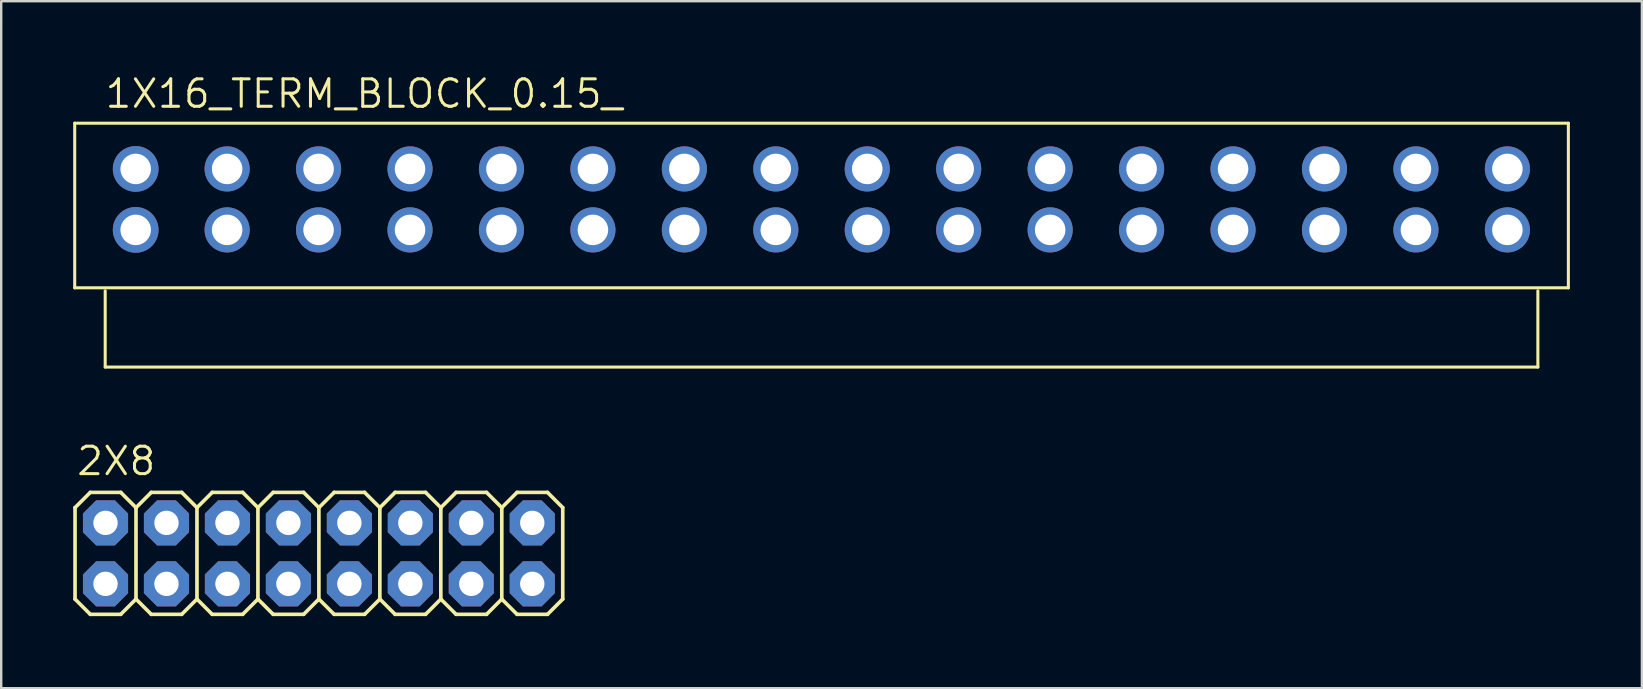
<source format=kicad_pcb>
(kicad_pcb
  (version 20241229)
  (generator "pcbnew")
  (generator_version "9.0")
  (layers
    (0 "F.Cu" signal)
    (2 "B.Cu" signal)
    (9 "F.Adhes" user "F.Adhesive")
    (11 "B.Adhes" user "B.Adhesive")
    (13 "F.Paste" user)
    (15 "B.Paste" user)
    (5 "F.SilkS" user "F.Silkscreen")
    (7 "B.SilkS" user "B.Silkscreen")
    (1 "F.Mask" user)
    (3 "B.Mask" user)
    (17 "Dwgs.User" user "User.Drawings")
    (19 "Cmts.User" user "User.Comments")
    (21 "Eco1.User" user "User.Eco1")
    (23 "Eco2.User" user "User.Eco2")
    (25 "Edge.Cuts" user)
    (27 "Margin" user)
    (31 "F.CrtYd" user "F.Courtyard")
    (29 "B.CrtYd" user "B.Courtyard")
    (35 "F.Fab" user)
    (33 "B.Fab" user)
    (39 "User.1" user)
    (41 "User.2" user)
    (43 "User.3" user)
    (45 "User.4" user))
  (footprint "1X16_TERM_BLOCK_0.15_"
    (layer "F.Cu")
    (at 2.603 3.988)
    (property "Reference" "1X16_TERM_BLOCK_0.15_" (at -1.346 -2.464 0) (unlocked yes) (layer "F.SilkS") (effects (font (size 1.143 1.143) (thickness 0.127)) (justify left bottom)))
    (fp_line (start -2.54 -1.905) (end 59.69 -1.905) (stroke (width 0.127) (type solid)) (layer "F.SilkS"))
    (fp_line (start -2.54 4.953) (end -2.54 -1.905) (stroke (width 0.127) (type solid)) (layer "F.SilkS"))
    (fp_line (start -1.27 5.08) (end -1.27 8.255) (stroke (width 0.127) (type solid)) (layer "F.SilkS"))
    (fp_line (start -1.27 8.255) (end 58.42 8.255) (stroke (width 0.127) (type solid)) (layer "F.SilkS"))
    (fp_line (start 58.42 8.255) (end 58.42 5.08) (stroke (width 0.127) (type solid)) (layer "F.SilkS"))
    (fp_line (start 59.69 -1.905) (end 59.69 4.953) (stroke (width 0.127) (type solid)) (layer "F.SilkS"))
    (fp_line (start 59.69 4.953) (end -2.54 4.953) (stroke (width 0.127) (type solid)) (layer "F.SilkS"))
    (fp_poly (pts (xy -0.254 0.254) (xy 0.254 0.254) (xy 0.254 -0.254) (xy -0.254 -0.254)) (stroke (width 0.1) (type default)) (fill no) (layer "F.Fab"))
    (fp_poly (pts (xy -0.254 2.794) (xy 0.254 2.794) (xy 0.254 2.286) (xy -0.254 2.286)) (stroke (width 0.1) (type default)) (fill no) (layer "F.Fab"))
    (fp_poly (pts (xy 3.556 0.254) (xy 4.064 0.254) (xy 4.064 -0.254) (xy 3.556 -0.254)) (stroke (width 0.1) (type default)) (fill no) (layer "F.Fab"))
    (fp_poly (pts (xy 3.556 2.794) (xy 4.064 2.794) (xy 4.064 2.286) (xy 3.556 2.286)) (stroke (width 0.1) (type default)) (fill no) (layer "F.Fab"))
    (fp_poly (pts (xy 7.366 0.254) (xy 7.874 0.254) (xy 7.874 -0.254) (xy 7.366 -0.254)) (stroke (width 0.1) (type default)) (fill no) (layer "F.Fab"))
    (fp_poly (pts (xy 7.366 2.794) (xy 7.874 2.794) (xy 7.874 2.286) (xy 7.366 2.286)) (stroke (width 0.1) (type default)) (fill no) (layer "F.Fab"))
    (fp_poly (pts (xy 11.176 0.254) (xy 11.684 0.254) (xy 11.684 -0.254) (xy 11.176 -0.254)) (stroke (width 0.1) (type default)) (fill no) (layer "F.Fab"))
    (fp_poly (pts (xy 11.176 2.794) (xy 11.684 2.794) (xy 11.684 2.286) (xy 11.176 2.286)) (stroke (width 0.1) (type default)) (fill no) (layer "F.Fab"))
    (fp_poly (pts (xy 14.986 0.254) (xy 15.494 0.254) (xy 15.494 -0.254) (xy 14.986 -0.254)) (stroke (width 0.1) (type default)) (fill no) (layer "F.Fab"))
    (fp_poly (pts (xy 14.986 2.794) (xy 15.494 2.794) (xy 15.494 2.286) (xy 14.986 2.286)) (stroke (width 0.1) (type default)) (fill no) (layer "F.Fab"))
    (fp_poly (pts (xy 18.796 0.254) (xy 19.304 0.254) (xy 19.304 -0.254) (xy 18.796 -0.254)) (stroke (width 0.1) (type default)) (fill no) (layer "F.Fab"))
    (fp_poly (pts (xy 18.796 2.794) (xy 19.304 2.794) (xy 19.304 2.286) (xy 18.796 2.286)) (stroke (width 0.1) (type default)) (fill no) (layer "F.Fab"))
    (fp_poly (pts (xy 22.606 0.254) (xy 23.114 0.254) (xy 23.114 -0.254) (xy 22.606 -0.254)) (stroke (width 0.1) (type default)) (fill no) (layer "F.Fab"))
    (fp_poly (pts (xy 22.606 2.794) (xy 23.114 2.794) (xy 23.114 2.286) (xy 22.606 2.286)) (stroke (width 0.1) (type default)) (fill no) (layer "F.Fab"))
    (fp_poly (pts (xy 26.416 0.254) (xy 26.924 0.254) (xy 26.924 -0.254) (xy 26.416 -0.254)) (stroke (width 0.1) (type default)) (fill no) (layer "F.Fab"))
    (fp_poly (pts (xy 26.416 2.794) (xy 26.924 2.794) (xy 26.924 2.286) (xy 26.416 2.286)) (stroke (width 0.1) (type default)) (fill no) (layer "F.Fab"))
    (fp_poly (pts (xy 30.226 0.254) (xy 30.734 0.254) (xy 30.734 -0.254) (xy 30.226 -0.254)) (stroke (width 0.1) (type default)) (fill no) (layer "F.Fab"))
    (fp_poly (pts (xy 30.226 2.794) (xy 30.734 2.794) (xy 30.734 2.286) (xy 30.226 2.286)) (stroke (width 0.1) (type default)) (fill no) (layer "F.Fab"))
    (fp_poly (pts (xy 34.036 0.254) (xy 34.544 0.254) (xy 34.544 -0.254) (xy 34.036 -0.254)) (stroke (width 0.1) (type default)) (fill no) (layer "F.Fab"))
    (fp_poly (pts (xy 34.036 2.794) (xy 34.544 2.794) (xy 34.544 2.286) (xy 34.036 2.286)) (stroke (width 0.1) (type default)) (fill no) (layer "F.Fab"))
    (fp_poly (pts (xy 37.846 0.254) (xy 38.354 0.254) (xy 38.354 -0.254) (xy 37.846 -0.254)) (stroke (width 0.1) (type default)) (fill no) (layer "F.Fab"))
    (fp_poly (pts (xy 37.846 2.794) (xy 38.354 2.794) (xy 38.354 2.286) (xy 37.846 2.286)) (stroke (width 0.1) (type default)) (fill no) (layer "F.Fab"))
    (fp_poly (pts (xy 41.656 0.254) (xy 42.164 0.254) (xy 42.164 -0.254) (xy 41.656 -0.254)) (stroke (width 0.1) (type default)) (fill no) (layer "F.Fab"))
    (fp_poly (pts (xy 41.656 2.794) (xy 42.164 2.794) (xy 42.164 2.286) (xy 41.656 2.286)) (stroke (width 0.1) (type default)) (fill no) (layer "F.Fab"))
    (fp_poly (pts (xy 45.466 0.254) (xy 45.974 0.254) (xy 45.974 -0.254) (xy 45.466 -0.254)) (stroke (width 0.1) (type default)) (fill no) (layer "F.Fab"))
    (fp_poly (pts (xy 45.466 2.794) (xy 45.974 2.794) (xy 45.974 2.286) (xy 45.466 2.286)) (stroke (width 0.1) (type default)) (fill no) (layer "F.Fab"))
    (fp_poly (pts (xy 49.276 0.254) (xy 49.784 0.254) (xy 49.784 -0.254) (xy 49.276 -0.254)) (stroke (width 0.1) (type default)) (fill no) (layer "F.Fab"))
    (fp_poly (pts (xy 49.276 2.794) (xy 49.784 2.794) (xy 49.784 2.286) (xy 49.276 2.286)) (stroke (width 0.1) (type default)) (fill no) (layer "F.Fab"))
    (fp_poly (pts (xy 53.086 0.254) (xy 53.594 0.254) (xy 53.594 -0.254) (xy 53.086 -0.254)) (stroke (width 0.1) (type default)) (fill no) (layer "F.Fab"))
    (fp_poly (pts (xy 53.086 2.794) (xy 53.594 2.794) (xy 53.594 2.286) (xy 53.086 2.286)) (stroke (width 0.1) (type default)) (fill no) (layer "F.Fab"))
    (fp_poly (pts (xy 56.896 0.254) (xy 57.404 0.254) (xy 57.404 -0.254) (xy 56.896 -0.254)) (stroke (width 0.1) (type default)) (fill no) (layer "F.Fab"))
    (fp_poly (pts (xy 56.896 2.794) (xy 57.404 2.794) (xy 57.404 2.286) (xy 56.896 2.286)) (stroke (width 0.1) (type default)) (fill no) (layer "F.Fab"))
    (pad "1" thru_hole circle (at 0 0 90) (size 1.905 1.905) (drill 1.27) (layers "*.Cu" "*.Mask"))
    (pad "2" thru_hole circle (at 3.81 0 90) (size 1.88 1.88) (drill 1.27) (layers "*.Cu" "*.Mask"))
    (pad "3" thru_hole circle (at 7.62 0 180) (size 1.88 1.88) (drill 1.27) (layers "*.Cu" "*.Mask"))
    (pad "4" thru_hole circle (at 11.43 0 90) (size 1.88 1.88) (drill 1.27) (layers "*.Cu" "*.Mask"))
    (pad "5" thru_hole circle (at 15.24 0 90) (size 1.88 1.88) (drill 1.27) (layers "*.Cu" "*.Mask"))
    (pad "6" thru_hole circle (at 19.05 0 90) (size 1.88 1.88) (drill 1.27) (layers "*.Cu" "*.Mask"))
    (pad "7" thru_hole circle (at 22.86 0 90) (size 1.88 1.88) (drill 1.27) (layers "*.Cu" "*.Mask"))
    (pad "8" thru_hole circle (at 26.67 0 90) (size 1.88 1.88) (drill 1.27) (layers "*.Cu" "*.Mask"))
    (pad "9" thru_hole circle (at 30.48 0 90) (size 1.88 1.88) (drill 1.27) (layers "*.Cu" "*.Mask"))
    (pad "10" thru_hole circle (at 34.29 0 90) (size 1.88 1.88) (drill 1.27) (layers "*.Cu" "*.Mask"))
    (pad "11" thru_hole circle (at 38.1 0 90) (size 1.88 1.88) (drill 1.27) (layers "*.Cu" "*.Mask"))
    (pad "12" thru_hole circle (at 41.91 0 90) (size 1.88 1.88) (drill 1.27) (layers "*.Cu" "*.Mask"))
    (pad "13" thru_hole circle (at 45.72 0 90) (size 1.88 1.88) (drill 1.27) (layers "*.Cu" "*.Mask"))
    (pad "14" thru_hole circle (at 49.53 0 90) (size 1.88 1.88) (drill 1.27) (layers "*.Cu" "*.Mask"))
    (pad "15" thru_hole circle (at 53.34 0 90) (size 1.88 1.88) (drill 1.27) (layers "*.Cu" "*.Mask"))
    (pad "16" thru_hole circle (at 57.15 0 90) (size 1.88 1.88) (drill 1.27) (layers "*.Cu" "*.Mask"))
    (pad "17" thru_hole circle (at 0 2.54 90) (size 1.905 1.905) (drill 1.27) (layers "*.Cu" "*.Mask"))
    (pad "18" thru_hole circle (at 3.81 2.54 90) (size 1.88 1.88) (drill 1.27) (layers "*.Cu" "*.Mask"))
    (pad "19" thru_hole circle (at 7.62 2.54 180) (size 1.88 1.88) (drill 1.27) (layers "*.Cu" "*.Mask"))
    (pad "20" thru_hole circle (at 11.43 2.54 90) (size 1.88 1.88) (drill 1.27) (layers "*.Cu" "*.Mask"))
    (pad "21" thru_hole circle (at 15.24 2.54 90) (size 1.88 1.88) (drill 1.27) (layers "*.Cu" "*.Mask"))
    (pad "22" thru_hole circle (at 19.05 2.54 90) (size 1.88 1.88) (drill 1.27) (layers "*.Cu" "*.Mask"))
    (pad "23" thru_hole circle (at 22.86 2.54 90) (size 1.88 1.88) (drill 1.27) (layers "*.Cu" "*.Mask"))
    (pad "24" thru_hole circle (at 26.67 2.54 90) (size 1.88 1.88) (drill 1.27) (layers "*.Cu" "*.Mask"))
    (pad "25" thru_hole circle (at 30.48 2.54 90) (size 1.88 1.88) (drill 1.27) (layers "*.Cu" "*.Mask"))
    (pad "26" thru_hole circle (at 34.29 2.54 90) (size 1.88 1.88) (drill 1.27) (layers "*.Cu" "*.Mask"))
    (pad "27" thru_hole circle (at 38.1 2.54 90) (size 1.88 1.88) (drill 1.27) (layers "*.Cu" "*.Mask"))
    (pad "28" thru_hole circle (at 41.91 2.54 90) (size 1.88 1.88) (drill 1.27) (layers "*.Cu" "*.Mask"))
    (pad "29" thru_hole circle (at 45.72 2.54 90) (size 1.88 1.88) (drill 1.27) (layers "*.Cu" "*.Mask"))
    (pad "30" thru_hole circle (at 49.53 2.54 90) (size 1.88 1.88) (drill 1.27) (layers "*.Cu" "*.Mask"))
    (pad "31" thru_hole circle (at 53.34 2.54 90) (size 1.88 1.88) (drill 1.27) (layers "*.Cu" "*.Mask"))
    (pad "32" thru_hole circle (at 57.15 2.54 90) (size 1.88 1.88) (drill 1.27) (layers "*.Cu" "*.Mask")))
  (footprint "2X8"
    (layer "F.Cu")
    (at 1.346 21.275)
    (property "Reference" "2X8" (at -1.27 -4.445 0) (unlocked yes) (layer "F.SilkS") (effects (font (size 1.143 1.143) (thickness 0.127)) (justify left bottom)))
    (fp_line (start -1.27 -3.175) (end -0.635 -3.81) (stroke (width 0.152) (type solid)) (layer "F.SilkS"))
    (fp_line (start -1.27 0.635) (end -1.27 -3.175) (stroke (width 0.152) (type solid)) (layer "F.SilkS"))
    (fp_line (start -1.27 0.635) (end -0.635 1.27) (stroke (width 0.152) (type solid)) (layer "F.SilkS"))
    (fp_line (start -0.635 -3.81) (end 0.635 -3.81) (stroke (width 0.152) (type solid)) (layer "F.SilkS"))
    (fp_line (start -0.635 1.27) (end 0.635 1.27) (stroke (width 0.152) (type solid)) (layer "F.SilkS"))
    (fp_line (start 0.635 -3.81) (end 1.27 -3.175) (stroke (width 0.152) (type solid)) (layer "F.SilkS"))
    (fp_line (start 0.635 1.27) (end 1.27 0.635) (stroke (width 0.152) (type solid)) (layer "F.SilkS"))
    (fp_line (start 1.27 -3.175) (end 1.27 0.635) (stroke (width 0.152) (type solid)) (layer "F.SilkS"))
    (fp_line (start 1.27 -3.175) (end 1.905 -3.81) (stroke (width 0.152) (type solid)) (layer "F.SilkS"))
    (fp_line (start 1.27 0.635) (end 1.905 1.27) (stroke (width 0.152) (type solid)) (layer "F.SilkS"))
    (fp_line (start 1.905 -3.81) (end 3.175 -3.81) (stroke (width 0.152) (type solid)) (layer "F.SilkS"))
    (fp_line (start 1.905 1.27) (end 3.175 1.27) (stroke (width 0.152) (type solid)) (layer "F.SilkS"))
    (fp_line (start 3.175 -3.81) (end 3.81 -3.175) (stroke (width 0.152) (type solid)) (layer "F.SilkS"))
    (fp_line (start 3.175 1.27) (end 3.81 0.635) (stroke (width 0.152) (type solid)) (layer "F.SilkS"))
    (fp_line (start 3.81 -3.175) (end 3.81 0.635) (stroke (width 0.152) (type solid)) (layer "F.SilkS"))
    (fp_line (start 3.81 -3.175) (end 4.445 -3.81) (stroke (width 0.152) (type solid)) (layer "F.SilkS"))
    (fp_line (start 3.81 0.635) (end 4.445 1.27) (stroke (width 0.152) (type solid)) (layer "F.SilkS"))
    (fp_line (start 4.445 -3.81) (end 5.715 -3.81) (stroke (width 0.152) (type solid)) (layer "F.SilkS"))
    (fp_line (start 4.445 1.27) (end 5.715 1.27) (stroke (width 0.152) (type solid)) (layer "F.SilkS"))
    (fp_line (start 5.715 -3.81) (end 6.35 -3.175) (stroke (width 0.152) (type solid)) (layer "F.SilkS"))
    (fp_line (start 5.715 1.27) (end 6.35 0.635) (stroke (width 0.152) (type solid)) (layer "F.SilkS"))
    (fp_line (start 6.35 -3.175) (end 6.35 0.635) (stroke (width 0.152) (type solid)) (layer "F.SilkS"))
    (fp_line (start 6.35 -3.175) (end 6.985 -3.81) (stroke (width 0.152) (type solid)) (layer "F.SilkS"))
    (fp_line (start 6.35 0.635) (end 6.985 1.27) (stroke (width 0.152) (type solid)) (layer "F.SilkS"))
    (fp_line (start 6.985 -3.81) (end 8.255 -3.81) (stroke (width 0.152) (type solid)) (layer "F.SilkS"))
    (fp_line (start 6.985 1.27) (end 8.255 1.27) (stroke (width 0.152) (type solid)) (layer "F.SilkS"))
    (fp_line (start 8.255 -3.81) (end 8.89 -3.175) (stroke (width 0.152) (type solid)) (layer "F.SilkS"))
    (fp_line (start 8.255 1.27) (end 8.89 0.635) (stroke (width 0.152) (type solid)) (layer "F.SilkS"))
    (fp_line (start 8.89 -3.175) (end 8.89 0.635) (stroke (width 0.152) (type solid)) (layer "F.SilkS"))
    (fp_line (start 8.89 -3.175) (end 9.525 -3.81) (stroke (width 0.152) (type solid)) (layer "F.SilkS"))
    (fp_line (start 8.89 0.635) (end 9.525 1.27) (stroke (width 0.152) (type solid)) (layer "F.SilkS"))
    (fp_line (start 9.525 -3.81) (end 10.795 -3.81) (stroke (width 0.152) (type solid)) (layer "F.SilkS"))
    (fp_line (start 9.525 1.27) (end 10.795 1.27) (stroke (width 0.152) (type solid)) (layer "F.SilkS"))
    (fp_line (start 10.795 -3.81) (end 11.43 -3.175) (stroke (width 0.152) (type solid)) (layer "F.SilkS"))
    (fp_line (start 10.795 1.27) (end 11.43 0.635) (stroke (width 0.152) (type solid)) (layer "F.SilkS"))
    (fp_line (start 11.43 -3.175) (end 11.43 0.635) (stroke (width 0.152) (type solid)) (layer "F.SilkS"))
    (fp_line (start 11.43 -3.175) (end 12.065 -3.81) (stroke (width 0.152) (type solid)) (layer "F.SilkS"))
    (fp_line (start 11.43 0.635) (end 12.065 1.27) (stroke (width 0.152) (type solid)) (layer "F.SilkS"))
    (fp_line (start 12.065 -3.81) (end 13.335 -3.81) (stroke (width 0.152) (type solid)) (layer "F.SilkS"))
    (fp_line (start 12.065 1.27) (end 13.335 1.27) (stroke (width 0.152) (type solid)) (layer "F.SilkS"))
    (fp_line (start 13.335 -3.81) (end 13.97 -3.175) (stroke (width 0.152) (type solid)) (layer "F.SilkS"))
    (fp_line (start 13.335 1.27) (end 13.97 0.635) (stroke (width 0.152) (type solid)) (layer "F.SilkS"))
    (fp_line (start 13.97 -3.175) (end 13.97 0.635) (stroke (width 0.152) (type solid)) (layer "F.SilkS"))
    (fp_line (start 13.97 -3.175) (end 14.605 -3.81) (stroke (width 0.152) (type solid)) (layer "F.SilkS"))
    (fp_line (start 13.97 0.635) (end 14.605 1.27) (stroke (width 0.152) (type solid)) (layer "F.SilkS"))
    (fp_line (start 14.605 -3.81) (end 15.875 -3.81) (stroke (width 0.152) (type solid)) (layer "F.SilkS"))
    (fp_line (start 14.605 1.27) (end 15.875 1.27) (stroke (width 0.152) (type solid)) (layer "F.SilkS"))
    (fp_line (start 15.875 -3.81) (end 16.51 -3.175) (stroke (width 0.152) (type solid)) (layer "F.SilkS"))
    (fp_line (start 16.51 -3.175) (end 16.51 0.635) (stroke (width 0.152) (type solid)) (layer "F.SilkS"))
    (fp_line (start 16.51 -3.175) (end 17.145 -3.81) (stroke (width 0.152) (type solid)) (layer "F.SilkS"))
    (fp_line (start 16.51 0.635) (end 15.875 1.27) (stroke (width 0.152) (type solid)) (layer "F.SilkS"))
    (fp_line (start 16.51 0.635) (end 17.145 1.27) (stroke (width 0.152) (type solid)) (layer "F.SilkS"))
    (fp_line (start 17.145 -3.81) (end 18.415 -3.81) (stroke (width 0.152) (type solid)) (layer "F.SilkS"))
    (fp_line (start 17.145 1.27) (end 18.415 1.27) (stroke (width 0.152) (type solid)) (layer "F.SilkS"))
    (fp_line (start 18.415 -3.81) (end 19.05 -3.175) (stroke (width 0.152) (type solid)) (layer "F.SilkS"))
    (fp_line (start 19.05 -3.175) (end 19.05 0.635) (stroke (width 0.152) (type solid)) (layer "F.SilkS"))
    (fp_line (start 19.05 0.635) (end 18.415 1.27) (stroke (width 0.152) (type solid)) (layer "F.SilkS"))
    (fp_poly (pts (xy -0.254 -2.286) (xy 0.254 -2.286) (xy 0.254 -2.794) (xy -0.254 -2.794)) (stroke (width 0.1) (type default)) (fill no) (layer "F.Fab"))
    (fp_poly (pts (xy -0.254 0.254) (xy 0.254 0.254) (xy 0.254 -0.254) (xy -0.254 -0.254)) (stroke (width 0.1) (type default)) (fill no) (layer "F.Fab"))
    (fp_poly (pts (xy 2.286 -2.286) (xy 2.794 -2.286) (xy 2.794 -2.794) (xy 2.286 -2.794)) (stroke (width 0.1) (type default)) (fill no) (layer "F.Fab"))
    (fp_poly (pts (xy 2.286 0.254) (xy 2.794 0.254) (xy 2.794 -0.254) (xy 2.286 -0.254)) (stroke (width 0.1) (type default)) (fill no) (layer "F.Fab"))
    (fp_poly (pts (xy 4.826 -2.286) (xy 5.334 -2.286) (xy 5.334 -2.794) (xy 4.826 -2.794)) (stroke (width 0.1) (type default)) (fill no) (layer "F.Fab"))
    (fp_poly (pts (xy 4.826 0.254) (xy 5.334 0.254) (xy 5.334 -0.254) (xy 4.826 -0.254)) (stroke (width 0.1) (type default)) (fill no) (layer "F.Fab"))
    (fp_poly (pts (xy 7.366 -2.286) (xy 7.874 -2.286) (xy 7.874 -2.794) (xy 7.366 -2.794)) (stroke (width 0.1) (type default)) (fill no) (layer "F.Fab"))
    (fp_poly (pts (xy 7.366 0.254) (xy 7.874 0.254) (xy 7.874 -0.254) (xy 7.366 -0.254)) (stroke (width 0.1) (type default)) (fill no) (layer "F.Fab"))
    (fp_poly (pts (xy 9.906 -2.286) (xy 10.414 -2.286) (xy 10.414 -2.794) (xy 9.906 -2.794)) (stroke (width 0.1) (type default)) (fill no) (layer "F.Fab"))
    (fp_poly (pts (xy 9.906 0.254) (xy 10.414 0.254) (xy 10.414 -0.254) (xy 9.906 -0.254)) (stroke (width 0.1) (type default)) (fill no) (layer "F.Fab"))
    (fp_poly (pts (xy 12.446 -2.286) (xy 12.954 -2.286) (xy 12.954 -2.794) (xy 12.446 -2.794)) (stroke (width 0.1) (type default)) (fill no) (layer "F.Fab"))
    (fp_poly (pts (xy 12.446 0.254) (xy 12.954 0.254) (xy 12.954 -0.254) (xy 12.446 -0.254)) (stroke (width 0.1) (type default)) (fill no) (layer "F.Fab"))
    (fp_poly (pts (xy 14.986 -2.286) (xy 15.494 -2.286) (xy 15.494 -2.794) (xy 14.986 -2.794)) (stroke (width 0.1) (type default)) (fill no) (layer "F.Fab"))
    (fp_poly (pts (xy 14.986 0.254) (xy 15.494 0.254) (xy 15.494 -0.254) (xy 14.986 -0.254)) (stroke (width 0.1) (type default)) (fill no) (layer "F.Fab"))
    (fp_poly (pts (xy 17.526 -2.286) (xy 18.034 -2.286) (xy 18.034 -2.794) (xy 17.526 -2.794)) (stroke (width 0.1) (type default)) (fill no) (layer "F.Fab"))
    (fp_poly (pts (xy 17.526 0.254) (xy 18.034 0.254) (xy 18.034 -0.254) (xy 17.526 -0.254)) (stroke (width 0.1) (type default)) (fill no) (layer "F.Fab"))
    (pad "1" thru_hole roundrect (at 0 0) (size 1.88 1.88) (drill 1.016) (layers "*.Cu" "*.Mask") (roundrect_rratio 0.25) (chamfer_ratio 0.293) (chamfer top_left top_right bottom_left bottom_right))
    (pad "2" thru_hole roundrect (at 0 -2.54) (size 1.88 1.88) (drill 1.016) (layers "*.Cu" "*.Mask") (roundrect_rratio 0.25) (chamfer_ratio 0.293) (chamfer top_left top_right bottom_left bottom_right))
    (pad "3" thru_hole roundrect (at 2.54 0) (size 1.88 1.88) (drill 1.016) (layers "*.Cu" "*.Mask") (roundrect_rratio 0.25) (chamfer_ratio 0.293) (chamfer top_left top_right bottom_left bottom_right))
    (pad "4" thru_hole roundrect (at 2.54 -2.54) (size 1.88 1.88) (drill 1.016) (layers "*.Cu" "*.Mask") (roundrect_rratio 0.25) (chamfer_ratio 0.293) (chamfer top_left top_right bottom_left bottom_right))
    (pad "5" thru_hole roundrect (at 5.08 0) (size 1.88 1.88) (drill 1.016) (layers "*.Cu" "*.Mask") (roundrect_rratio 0.25) (chamfer_ratio 0.293) (chamfer top_left top_right bottom_left bottom_right))
    (pad "6" thru_hole roundrect (at 5.08 -2.54) (size 1.88 1.88) (drill 1.016) (layers "*.Cu" "*.Mask") (roundrect_rratio 0.25) (chamfer_ratio 0.293) (chamfer top_left top_right bottom_left bottom_right))
    (pad "7" thru_hole roundrect (at 7.62 0) (size 1.88 1.88) (drill 1.016) (layers "*.Cu" "*.Mask") (roundrect_rratio 0.25) (chamfer_ratio 0.293) (chamfer top_left top_right bottom_left bottom_right))
    (pad "8" thru_hole roundrect (at 7.62 -2.54) (size 1.88 1.88) (drill 1.016) (layers "*.Cu" "*.Mask") (roundrect_rratio 0.25) (chamfer_ratio 0.293) (chamfer top_left top_right bottom_left bottom_right))
    (pad "9" thru_hole roundrect (at 10.16 0) (size 1.88 1.88) (drill 1.016) (layers "*.Cu" "*.Mask") (roundrect_rratio 0.25) (chamfer_ratio 0.293) (chamfer top_left top_right bottom_left bottom_right))
    (pad "10" thru_hole roundrect (at 10.16 -2.54) (size 1.88 1.88) (drill 1.016) (layers "*.Cu" "*.Mask") (roundrect_rratio 0.25) (chamfer_ratio 0.293) (chamfer top_left top_right bottom_left bottom_right))
    (pad "11" thru_hole roundrect (at 12.7 0) (size 1.88 1.88) (drill 1.016) (layers "*.Cu" "*.Mask") (roundrect_rratio 0.25) (chamfer_ratio 0.293) (chamfer top_left top_right bottom_left bottom_right))
    (pad "12" thru_hole roundrect (at 12.7 -2.54) (size 1.88 1.88) (drill 1.016) (layers "*.Cu" "*.Mask") (roundrect_rratio 0.25) (chamfer_ratio 0.293) (chamfer top_left top_right bottom_left bottom_right))
    (pad "13" thru_hole roundrect (at 15.24 0) (size 1.88 1.88) (drill 1.016) (layers "*.Cu" "*.Mask") (roundrect_rratio 0.25) (chamfer_ratio 0.293) (chamfer top_left top_right bottom_left bottom_right))
    (pad "14" thru_hole roundrect (at 15.24 -2.54) (size 1.88 1.88) (drill 1.016) (layers "*.Cu" "*.Mask") (roundrect_rratio 0.25) (chamfer_ratio 0.293) (chamfer top_left top_right bottom_left bottom_right))
    (pad "15" thru_hole roundrect (at 17.78 0) (size 1.88 1.88) (drill 1.016) (layers "*.Cu" "*.Mask") (roundrect_rratio 0.25) (chamfer_ratio 0.293) (chamfer top_left top_right bottom_left bottom_right))
    (pad "16" thru_hole roundrect (at 17.78 -2.54) (size 1.88 1.88) (drill 1.016) (layers "*.Cu" "*.Mask") (roundrect_rratio 0.25) (chamfer_ratio 0.293) (chamfer top_left top_right bottom_left bottom_right)))
  (gr_rect
    (start -3 -3)
    (end 65.357 25.622)
    (stroke (width 0.1) (type default))
    (fill no)
    (layer "Edge.Cuts")))
</source>
